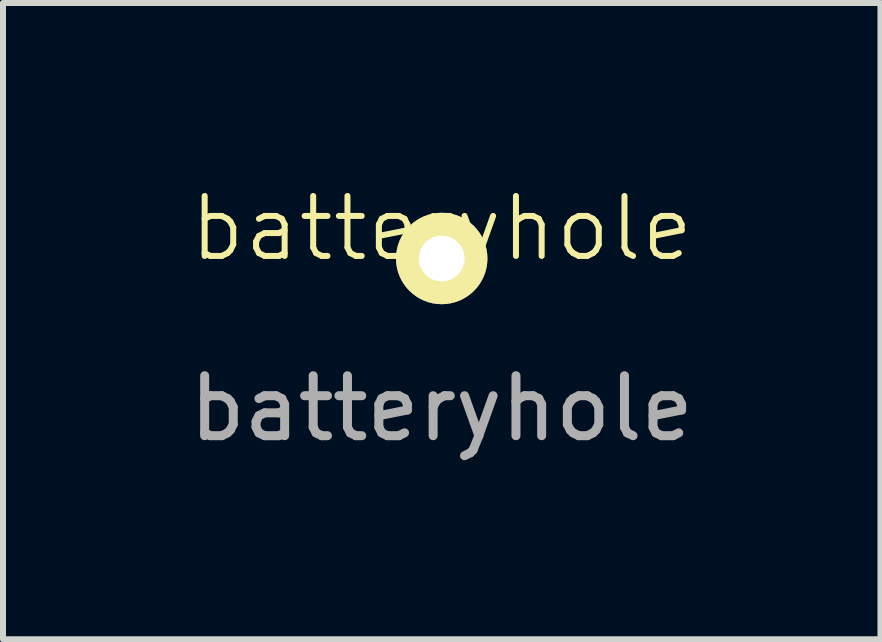
<source format=kicad_pcb>
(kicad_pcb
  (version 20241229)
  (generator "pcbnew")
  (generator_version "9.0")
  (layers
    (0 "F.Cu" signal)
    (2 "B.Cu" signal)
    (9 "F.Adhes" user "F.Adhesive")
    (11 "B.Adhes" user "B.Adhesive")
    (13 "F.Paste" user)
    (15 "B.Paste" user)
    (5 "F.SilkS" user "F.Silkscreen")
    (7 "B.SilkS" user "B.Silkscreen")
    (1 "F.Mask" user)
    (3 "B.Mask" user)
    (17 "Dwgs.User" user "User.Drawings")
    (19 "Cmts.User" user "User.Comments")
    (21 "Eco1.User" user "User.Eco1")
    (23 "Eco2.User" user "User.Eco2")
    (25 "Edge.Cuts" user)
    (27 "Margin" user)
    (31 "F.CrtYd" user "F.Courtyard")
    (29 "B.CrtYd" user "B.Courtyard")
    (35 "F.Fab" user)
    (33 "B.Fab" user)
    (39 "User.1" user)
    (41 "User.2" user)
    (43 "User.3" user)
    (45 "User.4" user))
  (footprint "batteryhole"
    (layer "F.Cu")
    (at 4.315 1.26)
    (property "Reference" "batteryhole" (at 0 -0.5 0) (unlocked yes) (layer "F.SilkS") (effects (font (size 1 1) (thickness 0.1))))
    (attr through_hole)
    (fp_text user "${REFERENCE}" (at 0 2.5 0) (unlocked yes) (layer "F.Fab") (effects (font (size 1 1) (thickness 0.15))))
    (pad "1" thru_hole circle (at 0 0) (size 1.524 1.524) (drill 0.762) (layers "*.Cu" "*.Mask" "F.SilkS")))
  (gr_rect
    (start -3 -3)
    (end 11.631 7.609)
    (stroke (width 0.1) (type default))
    (fill no)
    (layer "Edge.Cuts")))
</source>
